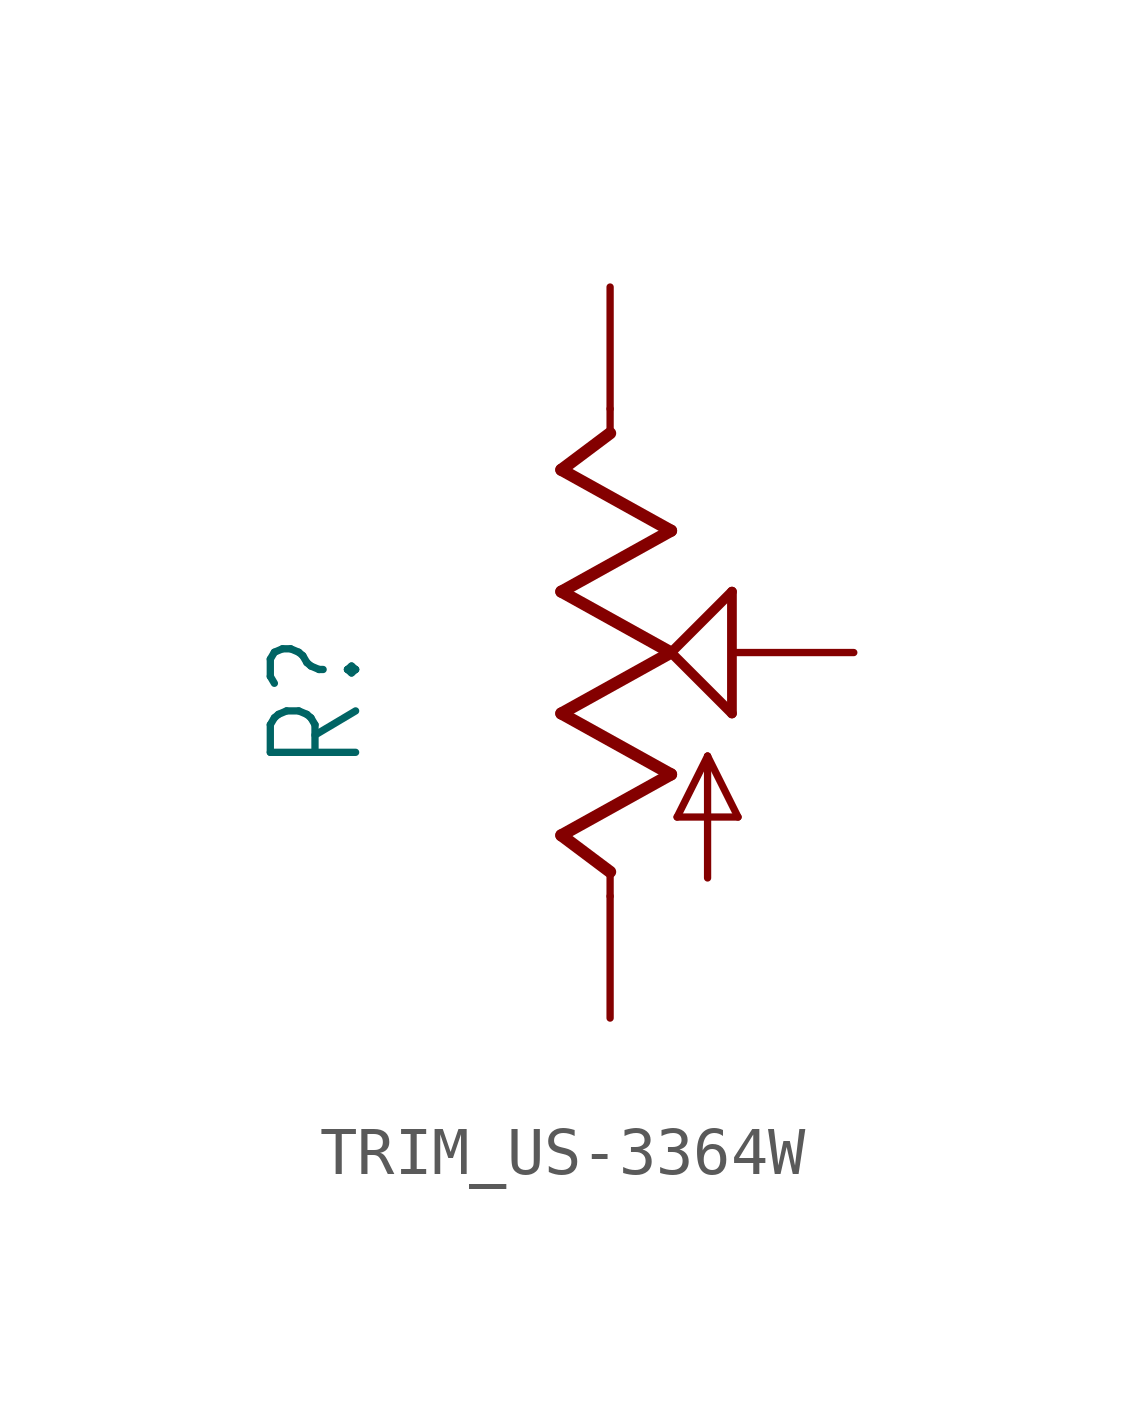
<source format=kicad_sym>
(kicad_symbol_lib
  (version 20231120)
  (generator "kicad_symbol_editor")
  (generator_version "8.0")
  (symbol "TRIM_US-3364W"
    (property "Reference" "R"
      (at -5.08 -2.54 90)
      (effects (font (size 1.778 1.511)) (justify left bottom)))
    (property "Value" ""
      (at -2.54 -2.54 90)
      (effects (font (size 1.778 1.511)) (justify left bottom)))
    (property "ki_locked" ""
      (at 0 0 0)
      (effects (font (size 1.27 1.27))))
    (symbol "TRIM_US-3364W_1_0"
      (polyline (pts (xy -1.016 -3.81) (xy 1.27 -2.54)) (stroke (width 0.254) (type solid)) (fill (type none)))
      (polyline (pts (xy -1.016 -1.27) (xy 1.27 0)) (stroke (width 0.254) (type solid)) (fill (type none)))
      (polyline (pts (xy -1.016 1.27) (xy 1.27 2.54)) (stroke (width 0.254) (type solid)) (fill (type none)))
      (polyline (pts (xy -1.016 3.81) (xy 0 4.572)) (stroke (width 0.254) (type solid)) (fill (type none)))
      (polyline (pts (xy 0 -5.08) (xy 0 -4.572)) (stroke (width 0.152) (type solid)) (fill (type none)))
      (polyline (pts (xy 0 -4.572) (xy -1.016 -3.81)) (stroke (width 0.254) (type solid)) (fill (type none)))
      (polyline (pts (xy 0 4.572) (xy 0 5.08)) (stroke (width 0.152) (type solid)) (fill (type none)))
      (polyline (pts (xy 1.27 -2.54) (xy -1.016 -1.27)) (stroke (width 0.254) (type solid)) (fill (type none)))
      (polyline (pts (xy 1.27 0) (xy -1.016 1.27)) (stroke (width 0.254) (type solid)) (fill (type none)))
      (polyline (pts (xy 1.27 0) (xy 2.54 1.27)) (stroke (width 0.203) (type solid)) (fill (type none)))
      (polyline (pts (xy 1.27 2.54) (xy -1.016 3.81)) (stroke (width 0.254) (type solid)) (fill (type none)))
      (polyline (pts (xy 1.397 -3.429) (xy 2.032 -2.159)) (stroke (width 0.152) (type solid)) (fill (type none)))
      (polyline (pts (xy 2.032 -4.699) (xy 2.032 -2.159)) (stroke (width 0.152) (type solid)) (fill (type none)))
      (polyline (pts (xy 2.032 -2.159) (xy 2.667 -3.429)) (stroke (width 0.152) (type solid)) (fill (type none)))
      (polyline (pts (xy 2.54 -1.27) (xy 1.27 0)) (stroke (width 0.203) (type solid)) (fill (type none)))
      (polyline (pts (xy 2.54 1.27) (xy 2.54 -1.27)) (stroke (width 0.203) (type solid)) (fill (type none)))
      (polyline (pts (xy 2.667 -3.429) (xy 1.397 -3.429)) (stroke (width 0.152) (type solid)) (fill (type none)))
      (pin passive line (at 0 -7.62 90) (length 2.54) (name "A" (effects (font (size 0 0)))) (number "1" (effects (font (size 0 0)))))
      (pin passive line (at 5.08 0 180) (length 2.54) (name "S" (effects (font (size 0 0)))) (number "2" (effects (font (size 0 0)))))
      (pin passive line (at 0 7.62 270) (length 2.54) (name "E" (effects (font (size 0 0)))) (number "3" (effects (font (size 0 0))))))))
</source>
